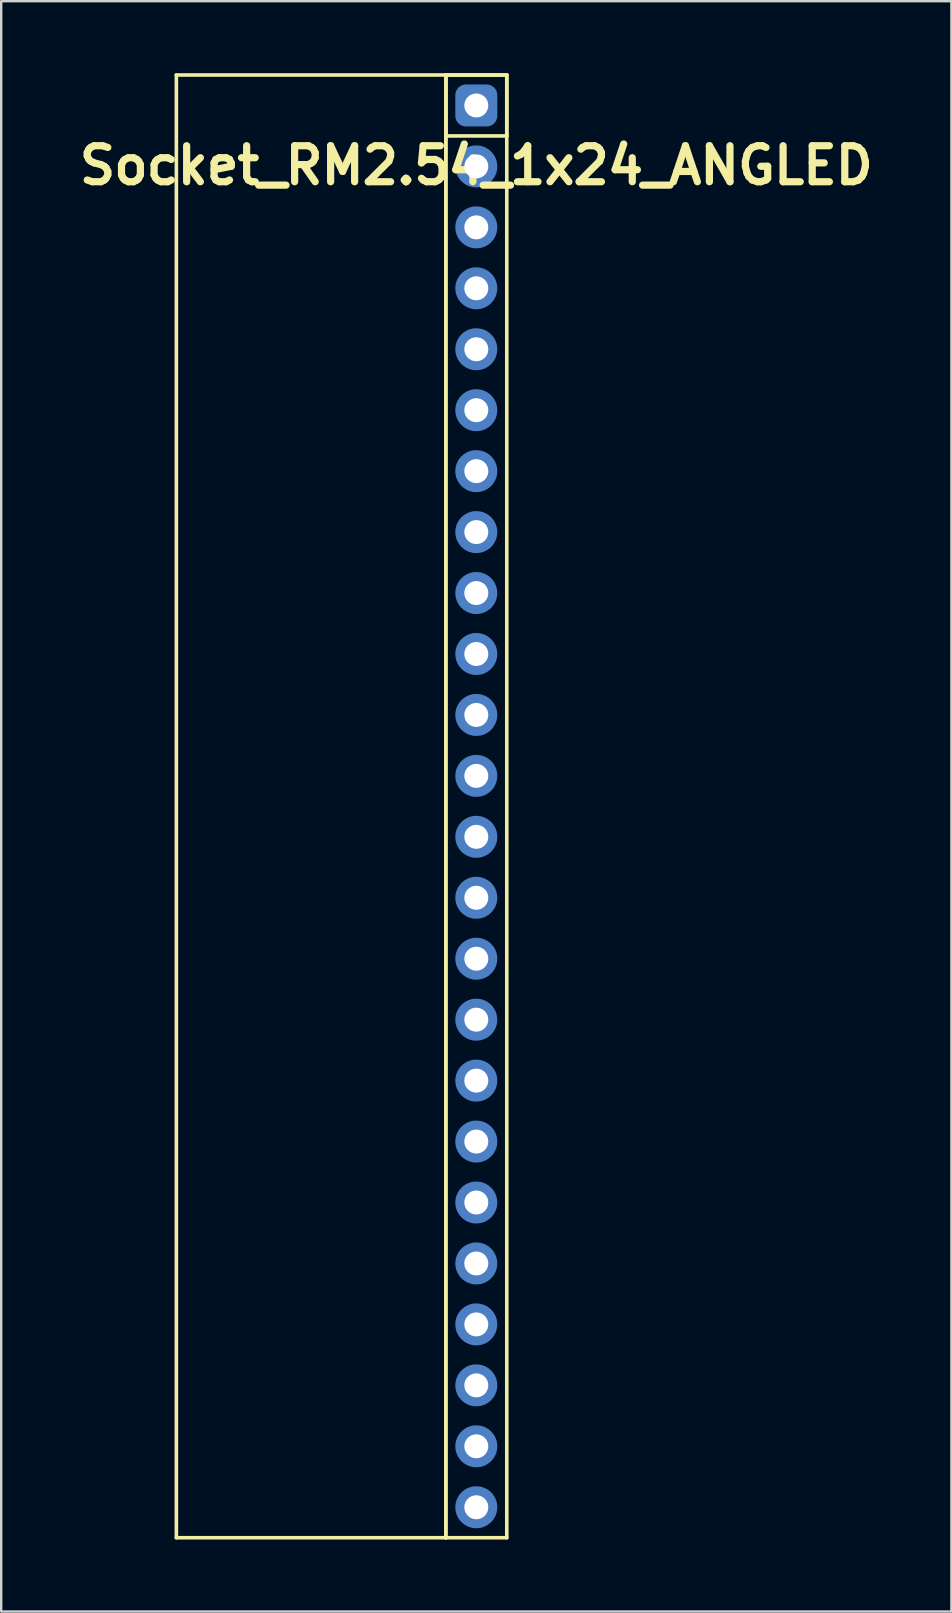
<source format=kicad_pcb>
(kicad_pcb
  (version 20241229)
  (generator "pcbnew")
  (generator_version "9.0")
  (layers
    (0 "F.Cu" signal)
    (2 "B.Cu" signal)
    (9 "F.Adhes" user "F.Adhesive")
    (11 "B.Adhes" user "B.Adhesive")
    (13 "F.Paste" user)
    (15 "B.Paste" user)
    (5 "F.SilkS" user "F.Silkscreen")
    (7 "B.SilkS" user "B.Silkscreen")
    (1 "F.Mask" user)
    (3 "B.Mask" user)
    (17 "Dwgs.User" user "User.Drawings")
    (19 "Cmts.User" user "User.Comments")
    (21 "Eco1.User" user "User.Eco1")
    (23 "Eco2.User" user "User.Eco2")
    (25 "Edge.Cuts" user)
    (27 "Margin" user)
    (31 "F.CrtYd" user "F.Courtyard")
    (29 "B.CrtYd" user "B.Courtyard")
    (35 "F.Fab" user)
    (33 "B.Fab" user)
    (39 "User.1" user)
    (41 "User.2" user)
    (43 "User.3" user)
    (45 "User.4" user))
  (footprint "Socket_RM2.54_1x24_ANGLED"
    (layer "F.Cu")
    (at 16.8 1.345)
    (property "Reference" "Socket_RM2.54_1x24_ANGLED" (at 0 2.5 0) (layer "F.SilkS") (effects (font (size 1.5 1.5) (thickness 0.3))))
    (attr through_hole)
    (fp_line (start -12.5 -1.27) (end -1.27 -1.27) (stroke (width 0.15) (type solid)) (layer "F.SilkS"))
    (fp_line (start -12.5 59.69) (end -12.5 -1.27) (stroke (width 0.15) (type solid)) (layer "F.SilkS"))
    (fp_line (start -1.27 -1.27) (end -1.27 59.69) (stroke (width 0.15) (type solid)) (layer "F.SilkS"))
    (fp_line (start -1.27 -1.27) (end 1.27 -1.27) (stroke (width 0.15) (type solid)) (layer "F.SilkS"))
    (fp_line (start -1.27 -1.27) (end 1.27 -1.27) (stroke (width 0.15) (type solid)) (layer "F.SilkS"))
    (fp_line (start -1.27 1.27) (end -1.27 -1.27) (stroke (width 0.15) (type solid)) (layer "F.SilkS"))
    (fp_line (start -1.27 59.69) (end -12.5 59.69) (stroke (width 0.15) (type solid)) (layer "F.SilkS"))
    (fp_line (start -1.27 59.69) (end -1.27 -1.27) (stroke (width 0.15) (type solid)) (layer "F.SilkS"))
    (fp_line (start 1.27 -1.27) (end 1.27 1.27) (stroke (width 0.15) (type solid)) (layer "F.SilkS"))
    (fp_line (start 1.27 -1.27) (end 1.27 59.69) (stroke (width 0.15) (type solid)) (layer "F.SilkS"))
    (fp_line (start 1.27 1.27) (end -1.27 1.27) (stroke (width 0.15) (type solid)) (layer "F.SilkS"))
    (fp_line (start 1.27 59.69) (end -1.27 59.69) (stroke (width 0.15) (type solid)) (layer "F.SilkS"))
    (pad "1" thru_hole circle (at 0 0) (size 1.3 1.3) (drill 1) (layers "*.Cu" "*.Mask"))
    (pad "1" smd roundrect (at 0 0) (size 1.5 1.5) (layers "F.Cu" "F.Mask") (roundrect_rratio 0.25))
    (pad "1" smd roundrect (at 0 0) (size 1.75 1.75) (layers "B.Cu" "B.Mask") (roundrect_rratio 0.25))
    (pad "2" thru_hole circle (at 0 2.54) (size 1.3 1.3) (drill 1) (layers "*.Cu" "*.Mask"))
    (pad "2" smd circle (at 0 2.54) (size 1.5 1.5) (layers "F.Cu" "F.Mask"))
    (pad "2" smd circle (at 0 2.54) (size 1.75 1.75) (layers "B.Cu" "B.Mask"))
    (pad "3" thru_hole circle (at 0 5.08) (size 1.3 1.3) (drill 1) (layers "*.Cu" "*.Mask"))
    (pad "3" smd circle (at 0 5.08) (size 1.5 1.5) (layers "F.Cu" "F.Mask"))
    (pad "3" smd circle (at 0 5.08) (size 1.75 1.75) (layers "B.Cu" "B.Mask"))
    (pad "4" thru_hole circle (at 0 7.62) (size 1.3 1.3) (drill 1) (layers "*.Cu" "*.Mask"))
    (pad "4" smd circle (at 0 7.62) (size 1.5 1.5) (layers "F.Cu" "F.Mask"))
    (pad "4" smd circle (at 0 7.62) (size 1.75 1.75) (layers "B.Cu" "B.Mask"))
    (pad "5" thru_hole circle (at 0 10.16) (size 1.3 1.3) (drill 1) (layers "*.Cu" "*.Mask"))
    (pad "5" smd circle (at 0 10.16) (size 1.5 1.5) (layers "F.Cu" "F.Mask"))
    (pad "5" smd circle (at 0 10.16) (size 1.75 1.75) (layers "B.Cu" "B.Mask"))
    (pad "6" thru_hole circle (at 0 12.7) (size 1.3 1.3) (drill 1) (layers "*.Cu" "*.Mask"))
    (pad "6" smd circle (at 0 12.7) (size 1.5 1.5) (layers "F.Cu" "F.Mask"))
    (pad "6" smd circle (at 0 12.7) (size 1.75 1.75) (layers "B.Cu" "B.Mask"))
    (pad "7" thru_hole circle (at 0 15.24) (size 1.3 1.3) (drill 1) (layers "*.Cu" "*.Mask"))
    (pad "7" smd circle (at 0 15.24) (size 1.5 1.5) (layers "F.Cu" "F.Mask"))
    (pad "7" smd circle (at 0 15.24) (size 1.75 1.75) (layers "B.Cu" "B.Mask"))
    (pad "8" thru_hole circle (at 0 17.78) (size 1.3 1.3) (drill 1) (layers "*.Cu" "*.Mask"))
    (pad "8" smd circle (at 0 17.78) (size 1.5 1.5) (layers "F.Cu" "F.Mask"))
    (pad "8" smd circle (at 0 17.78) (size 1.75 1.75) (layers "B.Cu" "B.Mask"))
    (pad "9" thru_hole circle (at 0 20.32) (size 1.3 1.3) (drill 1) (layers "*.Cu" "*.Mask"))
    (pad "9" smd circle (at 0 20.32) (size 1.5 1.5) (layers "F.Cu" "F.Mask"))
    (pad "9" smd circle (at 0 20.32) (size 1.75 1.75) (layers "B.Cu" "B.Mask"))
    (pad "10" thru_hole circle (at 0 22.86) (size 1.3 1.3) (drill 1) (layers "*.Cu" "*.Mask"))
    (pad "10" smd circle (at 0 22.86) (size 1.5 1.5) (layers "F.Cu" "F.Mask"))
    (pad "10" smd circle (at 0 22.86) (size 1.75 1.75) (layers "B.Cu" "B.Mask"))
    (pad "11" thru_hole circle (at 0 25.4) (size 1.3 1.3) (drill 1) (layers "*.Cu" "*.Mask"))
    (pad "11" smd circle (at 0 25.4) (size 1.5 1.5) (layers "F.Cu" "F.Mask"))
    (pad "11" smd circle (at 0 25.4) (size 1.75 1.75) (layers "B.Cu" "B.Mask"))
    (pad "12" thru_hole circle (at 0 27.94) (size 1.3 1.3) (drill 1) (layers "*.Cu" "*.Mask"))
    (pad "12" smd circle (at 0 27.94) (size 1.5 1.5) (layers "F.Cu" "F.Mask"))
    (pad "12" smd circle (at 0 27.94) (size 1.75 1.75) (layers "B.Cu" "B.Mask"))
    (pad "13" thru_hole circle (at 0 30.48) (size 1.3 1.3) (drill 1) (layers "*.Cu" "*.Mask"))
    (pad "13" smd circle (at 0 30.48) (size 1.5 1.5) (layers "F.Cu" "F.Mask"))
    (pad "13" smd circle (at 0 30.48) (size 1.75 1.75) (layers "B.Cu" "B.Mask"))
    (pad "14" thru_hole circle (at 0 33.02) (size 1.3 1.3) (drill 1) (layers "*.Cu" "*.Mask"))
    (pad "14" smd circle (at 0 33.02) (size 1.5 1.5) (layers "F.Cu" "F.Mask"))
    (pad "14" smd circle (at 0 33.02) (size 1.75 1.75) (layers "B.Cu" "B.Mask"))
    (pad "15" thru_hole circle (at 0 35.56) (size 1.3 1.3) (drill 1) (layers "*.Cu" "*.Mask"))
    (pad "15" smd circle (at 0 35.56) (size 1.5 1.5) (layers "F.Cu" "F.Mask"))
    (pad "15" smd circle (at 0 35.56) (size 1.75 1.75) (layers "B.Cu" "B.Mask"))
    (pad "16" thru_hole circle (at 0 38.1) (size 1.3 1.3) (drill 1) (layers "*.Cu" "*.Mask"))
    (pad "16" smd circle (at 0 38.1) (size 1.5 1.5) (layers "F.Cu" "F.Mask"))
    (pad "16" smd circle (at 0 38.1) (size 1.75 1.75) (layers "B.Cu" "B.Mask"))
    (pad "17" thru_hole circle (at 0 40.64) (size 1.3 1.3) (drill 1) (layers "*.Cu" "*.Mask"))
    (pad "17" smd circle (at 0 40.64) (size 1.5 1.5) (layers "F.Cu" "F.Mask"))
    (pad "17" smd circle (at 0 40.64) (size 1.75 1.75) (layers "B.Cu" "B.Mask"))
    (pad "18" thru_hole circle (at 0 43.18) (size 1.3 1.3) (drill 1) (layers "*.Cu" "*.Mask"))
    (pad "18" smd circle (at 0 43.18) (size 1.5 1.5) (layers "F.Cu" "F.Mask"))
    (pad "18" smd circle (at 0 43.18) (size 1.75 1.75) (layers "B.Cu" "B.Mask"))
    (pad "19" thru_hole circle (at 0 45.72) (size 1.3 1.3) (drill 1) (layers "*.Cu" "*.Mask"))
    (pad "19" smd circle (at 0 45.72) (size 1.5 1.5) (layers "F.Cu" "F.Mask"))
    (pad "19" smd circle (at 0 45.72) (size 1.75 1.75) (layers "B.Cu" "B.Mask"))
    (pad "20" thru_hole circle (at 0 48.26) (size 1.3 1.3) (drill 1) (layers "*.Cu" "*.Mask"))
    (pad "20" smd circle (at 0 48.26) (size 1.5 1.5) (layers "F.Cu" "F.Mask"))
    (pad "20" smd circle (at 0 48.26) (size 1.75 1.75) (layers "B.Cu" "B.Mask"))
    (pad "21" thru_hole circle (at 0 50.8) (size 1.3 1.3) (drill 1) (layers "*.Cu" "*.Mask"))
    (pad "21" smd circle (at 0 50.8) (size 1.5 1.5) (layers "F.Cu" "F.Mask"))
    (pad "21" smd circle (at 0 50.8) (size 1.75 1.75) (layers "B.Cu" "B.Mask"))
    (pad "22" thru_hole circle (at 0 53.34) (size 1.3 1.3) (drill 1) (layers "*.Cu" "*.Mask"))
    (pad "22" smd circle (at 0 53.34) (size 1.5 1.5) (layers "F.Cu" "F.Mask"))
    (pad "22" smd circle (at 0 53.34) (size 1.75 1.75) (layers "B.Cu" "B.Mask"))
    (pad "23" thru_hole circle (at 0 55.88) (size 1.3 1.3) (drill 1) (layers "*.Cu" "*.Mask"))
    (pad "23" smd circle (at 0 55.88) (size 1.5 1.5) (layers "F.Cu" "F.Mask"))
    (pad "23" smd circle (at 0 55.88) (size 1.75 1.75) (layers "B.Cu" "B.Mask"))
    (pad "24" thru_hole circle (at 0 58.42) (size 1.3 1.3) (drill 1) (layers "*.Cu" "*.Mask"))
    (pad "24" smd circle (at 0 58.42) (size 1.5 1.5) (layers "F.Cu" "F.Mask"))
    (pad "24" smd circle (at 0 58.42) (size 1.75 1.75) (layers "B.Cu" "B.Mask")))
  (gr_rect
    (start -3 -3)
    (end 36.6 64.11)
    (stroke (width 0.1) (type default))
    (fill no)
    (layer "Edge.Cuts")))
</source>
